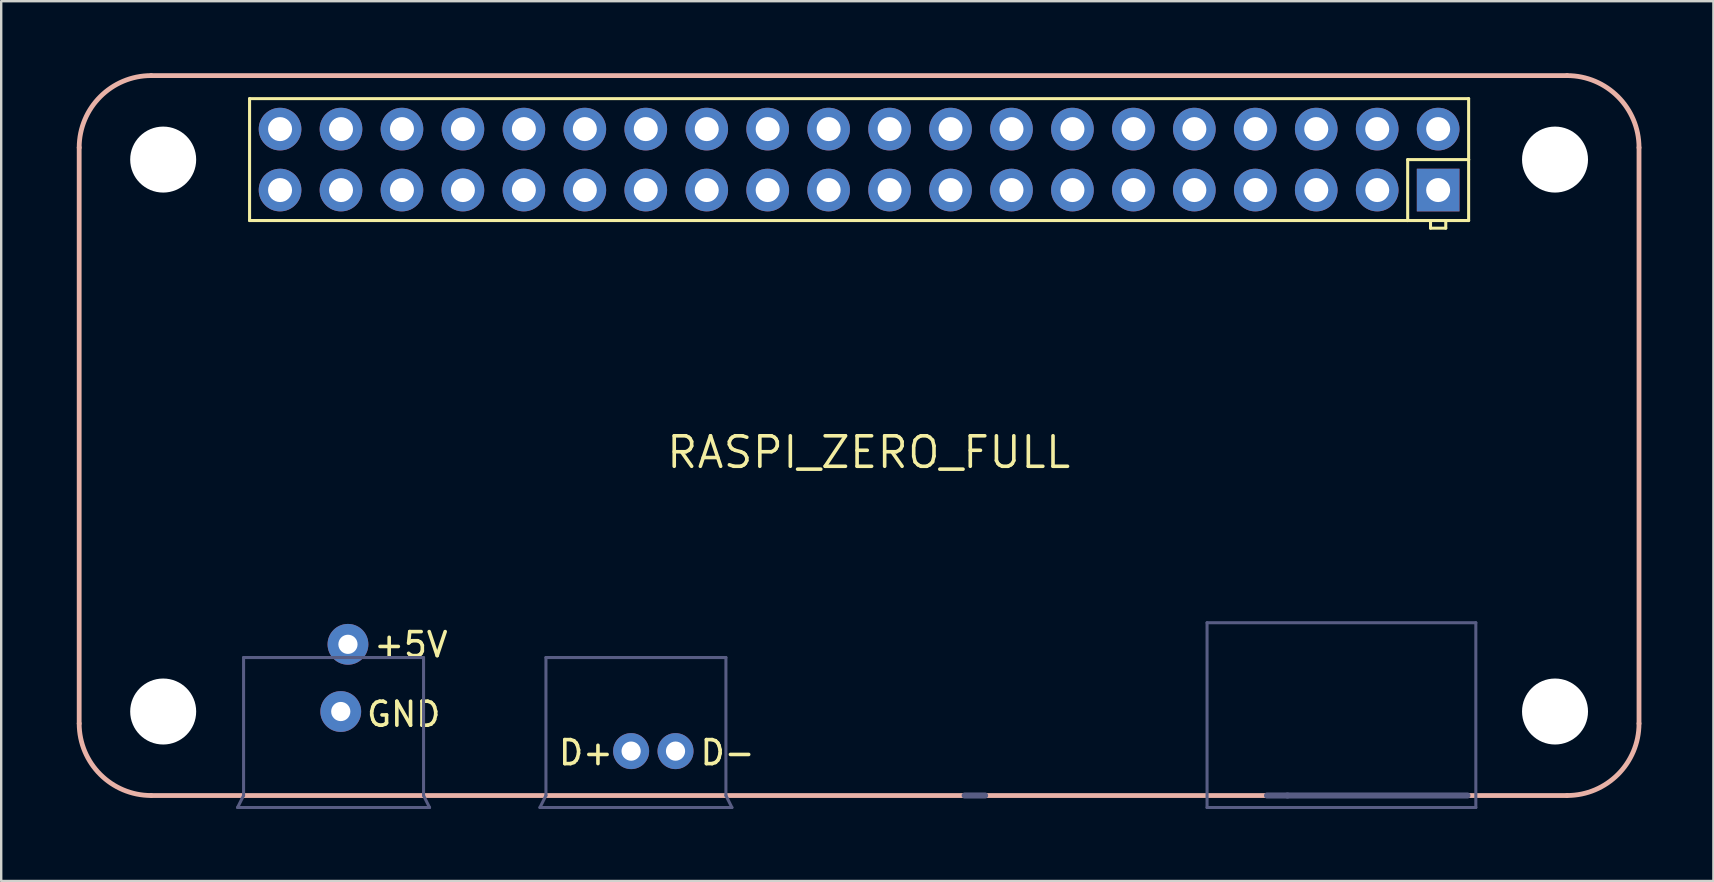
<source format=kicad_pcb>
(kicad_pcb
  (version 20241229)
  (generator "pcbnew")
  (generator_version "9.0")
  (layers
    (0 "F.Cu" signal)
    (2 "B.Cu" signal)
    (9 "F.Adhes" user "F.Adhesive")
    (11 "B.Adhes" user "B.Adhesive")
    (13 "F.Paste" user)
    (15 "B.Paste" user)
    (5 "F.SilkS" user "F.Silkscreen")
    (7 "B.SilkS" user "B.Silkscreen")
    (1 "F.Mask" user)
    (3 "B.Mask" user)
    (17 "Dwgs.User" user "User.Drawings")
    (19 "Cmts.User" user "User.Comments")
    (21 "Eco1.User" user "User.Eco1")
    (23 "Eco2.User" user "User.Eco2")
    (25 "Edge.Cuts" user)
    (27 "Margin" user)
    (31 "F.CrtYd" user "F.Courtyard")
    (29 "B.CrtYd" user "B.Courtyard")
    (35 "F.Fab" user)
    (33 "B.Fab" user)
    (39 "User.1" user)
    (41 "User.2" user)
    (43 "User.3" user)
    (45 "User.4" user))
  (footprint "RASPI_ZERO_FULL"
    (layer "F.Cu")
    (at 0.25 30.1)
    (property "Reference" "RASPI_ZERO_FULL" (at 32.9 -14.3 0) (unlocked yes) (layer "F.SilkS") (effects (font (size 1.27 1.27) (thickness 0.15))))
    (fp_poly (pts (xy 6.6 -26.5) (xy 6.581 -26.847) (xy 6.522 -27.19) (xy 6.426 -27.524) (xy 6.293 -27.845) (xy 6.125 -28.149) (xy 5.924 -28.433) (xy 5.692 -28.692) (xy 5.433 -28.924) (xy 5.149 -29.125) (xy 4.845 -29.293) (xy 4.524 -29.426) (xy 4.19 -29.522) (xy 3.847 -29.581) (xy 3.5 -29.6) (xy 3.153 -29.581) (xy 2.81 -29.522) (xy 2.476 -29.426) (xy 2.155 -29.293) (xy 1.851 -29.125) (xy 1.567 -28.924) (xy 1.308 -28.692) (xy 1.076 -28.433) (xy 0.875 -28.149) (xy 0.707 -27.845) (xy 0.574 -27.524) (xy 0.478 -27.19) (xy 0.419 -26.847) (xy 0.4 -26.5) (xy 0.419 -26.153) (xy 0.478 -25.81) (xy 0.574 -25.476) (xy 0.707 -25.155) (xy 0.875 -24.851) (xy 1.076 -24.567) (xy 1.308 -24.308) (xy 1.567 -24.076) (xy 1.851 -23.875) (xy 2.155 -23.707) (xy 2.476 -23.574) (xy 2.81 -23.478) (xy 3.153 -23.419) (xy 3.5 -23.4) (xy 3.847 -23.419) (xy 4.19 -23.478) (xy 4.524 -23.574) (xy 4.845 -23.707) (xy 5.149 -23.875) (xy 5.433 -24.076) (xy 5.692 -24.308) (xy 5.924 -24.567) (xy 6.125 -24.851) (xy 6.293 -25.155) (xy 6.426 -25.476) (xy 6.522 -25.81) (xy 6.581 -26.153)) (stroke (width 0) (type solid)) (fill yes) (layer "F.Mask"))
    (fp_poly (pts (xy 6.6 -3.5) (xy 6.581 -3.847) (xy 6.522 -4.19) (xy 6.426 -4.524) (xy 6.293 -4.845) (xy 6.125 -5.149) (xy 5.924 -5.433) (xy 5.692 -5.692) (xy 5.433 -5.924) (xy 5.149 -6.125) (xy 4.845 -6.293) (xy 4.524 -6.426) (xy 4.19 -6.522) (xy 3.847 -6.581) (xy 3.5 -6.6) (xy 3.153 -6.581) (xy 2.81 -6.522) (xy 2.476 -6.426) (xy 2.155 -6.293) (xy 1.851 -6.125) (xy 1.567 -5.924) (xy 1.308 -5.692) (xy 1.076 -5.433) (xy 0.875 -5.149) (xy 0.707 -4.845) (xy 0.574 -4.524) (xy 0.478 -4.19) (xy 0.419 -3.847) (xy 0.4 -3.5) (xy 0.419 -3.153) (xy 0.478 -2.81) (xy 0.574 -2.476) (xy 0.707 -2.155) (xy 0.875 -1.851) (xy 1.076 -1.567) (xy 1.308 -1.308) (xy 1.567 -1.076) (xy 1.851 -0.875) (xy 2.155 -0.707) (xy 2.476 -0.574) (xy 2.81 -0.478) (xy 3.153 -0.419) (xy 3.5 -0.4) (xy 3.847 -0.419) (xy 4.19 -0.478) (xy 4.524 -0.574) (xy 4.845 -0.707) (xy 5.149 -0.875) (xy 5.433 -1.076) (xy 5.692 -1.308) (xy 5.924 -1.567) (xy 6.125 -1.851) (xy 6.293 -2.155) (xy 6.426 -2.476) (xy 6.522 -2.81) (xy 6.581 -3.153)) (stroke (width 0) (type solid)) (fill yes) (layer "F.Mask"))
    (fp_poly (pts (xy 64.6 -26.5) (xy 64.581 -26.847) (xy 64.522 -27.19) (xy 64.426 -27.524) (xy 64.293 -27.845) (xy 64.125 -28.149) (xy 63.924 -28.433) (xy 63.692 -28.692) (xy 63.433 -28.924) (xy 63.149 -29.125) (xy 62.845 -29.293) (xy 62.524 -29.426) (xy 62.19 -29.522) (xy 61.847 -29.581) (xy 61.5 -29.6) (xy 61.153 -29.581) (xy 60.81 -29.522) (xy 60.476 -29.426) (xy 60.155 -29.293) (xy 59.851 -29.125) (xy 59.567 -28.924) (xy 59.308 -28.692) (xy 59.076 -28.433) (xy 58.875 -28.149) (xy 58.707 -27.845) (xy 58.574 -27.524) (xy 58.478 -27.19) (xy 58.419 -26.847) (xy 58.4 -26.5) (xy 58.419 -26.153) (xy 58.478 -25.81) (xy 58.574 -25.476) (xy 58.707 -25.155) (xy 58.875 -24.851) (xy 59.076 -24.567) (xy 59.308 -24.308) (xy 59.567 -24.076) (xy 59.851 -23.875) (xy 60.155 -23.707) (xy 60.476 -23.574) (xy 60.81 -23.478) (xy 61.153 -23.419) (xy 61.5 -23.4) (xy 61.847 -23.419) (xy 62.19 -23.478) (xy 62.524 -23.574) (xy 62.845 -23.707) (xy 63.149 -23.875) (xy 63.433 -24.076) (xy 63.692 -24.308) (xy 63.924 -24.567) (xy 64.125 -24.851) (xy 64.293 -25.155) (xy 64.426 -25.476) (xy 64.522 -25.81) (xy 64.581 -26.153)) (stroke (width 0) (type solid)) (fill yes) (layer "F.Mask"))
    (fp_poly (pts (xy 64.6 -3.5) (xy 64.581 -3.847) (xy 64.522 -4.19) (xy 64.426 -4.524) (xy 64.293 -4.845) (xy 64.125 -5.149) (xy 63.924 -5.433) (xy 63.692 -5.692) (xy 63.433 -5.924) (xy 63.149 -6.125) (xy 62.845 -6.293) (xy 62.524 -6.426) (xy 62.19 -6.522) (xy 61.847 -6.581) (xy 61.5 -6.6) (xy 61.153 -6.581) (xy 60.81 -6.522) (xy 60.476 -6.426) (xy 60.155 -6.293) (xy 59.851 -6.125) (xy 59.567 -5.924) (xy 59.308 -5.692) (xy 59.076 -5.433) (xy 58.875 -5.149) (xy 58.707 -4.845) (xy 58.574 -4.524) (xy 58.478 -4.19) (xy 58.419 -3.847) (xy 58.4 -3.5) (xy 58.419 -3.153) (xy 58.478 -2.81) (xy 58.574 -2.476) (xy 58.707 -2.155) (xy 58.875 -1.851) (xy 59.076 -1.567) (xy 59.308 -1.308) (xy 59.567 -1.076) (xy 59.851 -0.875) (xy 60.155 -0.707) (xy 60.476 -0.574) (xy 60.81 -0.478) (xy 61.153 -0.419) (xy 61.5 -0.4) (xy 61.847 -0.419) (xy 62.19 -0.478) (xy 62.524 -0.574) (xy 62.845 -0.707) (xy 63.149 -0.875) (xy 63.433 -1.076) (xy 63.692 -1.308) (xy 63.924 -1.567) (xy 64.125 -1.851) (xy 64.293 -2.155) (xy 64.426 -2.476) (xy 64.522 -2.81) (xy 64.581 -3.153)) (stroke (width 0) (type solid)) (fill yes) (layer "F.Mask"))
    (fp_poly (pts (xy 6.59 -26.5) (xy 6.57 -26.847) (xy 6.512 -27.19) (xy 6.416 -27.524) (xy 6.283 -27.845) (xy 6.115 -28.149) (xy 5.913 -28.433) (xy 5.682 -28.692) (xy 5.423 -28.924) (xy 5.139 -29.125) (xy 4.835 -29.293) (xy 4.514 -29.426) (xy 4.18 -29.522) (xy 3.837 -29.581) (xy 3.49 -29.6) (xy 3.143 -29.581) (xy 2.8 -29.522) (xy 2.466 -29.426) (xy 2.145 -29.293) (xy 1.841 -29.125) (xy 1.557 -28.924) (xy 1.298 -28.692) (xy 1.066 -28.433) (xy 0.865 -28.149) (xy 0.697 -27.845) (xy 0.564 -27.524) (xy 0.468 -27.19) (xy 0.409 -26.847) (xy 0.39 -26.5) (xy 0.409 -26.153) (xy 0.468 -25.81) (xy 0.564 -25.476) (xy 0.697 -25.155) (xy 0.865 -24.851) (xy 1.066 -24.567) (xy 1.298 -24.308) (xy 1.557 -24.076) (xy 1.841 -23.875) (xy 2.145 -23.707) (xy 2.466 -23.574) (xy 2.8 -23.478) (xy 3.143 -23.419) (xy 3.49 -23.4) (xy 3.837 -23.419) (xy 4.18 -23.478) (xy 4.514 -23.574) (xy 4.835 -23.707) (xy 5.139 -23.875) (xy 5.423 -24.076) (xy 5.682 -24.308) (xy 5.913 -24.567) (xy 6.115 -24.851) (xy 6.283 -25.155) (xy 6.416 -25.476) (xy 6.512 -25.81) (xy 6.57 -26.153)) (stroke (width 0) (type solid)) (fill yes) (layer "B.Mask"))
    (fp_poly (pts (xy 6.6 -3.5) (xy 6.581 -3.847) (xy 6.522 -4.19) (xy 6.426 -4.524) (xy 6.293 -4.845) (xy 6.125 -5.149) (xy 5.924 -5.433) (xy 5.692 -5.692) (xy 5.433 -5.924) (xy 5.149 -6.125) (xy 4.845 -6.293) (xy 4.524 -6.426) (xy 4.19 -6.522) (xy 3.847 -6.581) (xy 3.5 -6.6) (xy 3.153 -6.581) (xy 2.81 -6.522) (xy 2.476 -6.426) (xy 2.155 -6.293) (xy 1.851 -6.125) (xy 1.567 -5.924) (xy 1.308 -5.692) (xy 1.076 -5.433) (xy 0.875 -5.149) (xy 0.707 -4.845) (xy 0.574 -4.524) (xy 0.478 -4.19) (xy 0.419 -3.847) (xy 0.4 -3.5) (xy 0.419 -3.153) (xy 0.478 -2.81) (xy 0.574 -2.476) (xy 0.707 -2.155) (xy 0.875 -1.851) (xy 1.076 -1.567) (xy 1.308 -1.308) (xy 1.567 -1.076) (xy 1.851 -0.875) (xy 2.155 -0.707) (xy 2.476 -0.574) (xy 2.81 -0.478) (xy 3.153 -0.419) (xy 3.5 -0.4) (xy 3.847 -0.419) (xy 4.19 -0.478) (xy 4.524 -0.574) (xy 4.845 -0.707) (xy 5.149 -0.875) (xy 5.433 -1.076) (xy 5.692 -1.308) (xy 5.924 -1.567) (xy 6.125 -1.851) (xy 6.293 -2.155) (xy 6.426 -2.476) (xy 6.522 -2.81) (xy 6.581 -3.153)) (stroke (width 0) (type solid)) (fill yes) (layer "B.Mask"))
    (fp_poly (pts (xy 64.6 -26.5) (xy 64.581 -26.847) (xy 64.522 -27.19) (xy 64.426 -27.524) (xy 64.293 -27.845) (xy 64.125 -28.149) (xy 63.924 -28.433) (xy 63.692 -28.692) (xy 63.433 -28.924) (xy 63.149 -29.125) (xy 62.845 -29.293) (xy 62.524 -29.426) (xy 62.19 -29.522) (xy 61.847 -29.581) (xy 61.5 -29.6) (xy 61.153 -29.581) (xy 60.81 -29.522) (xy 60.476 -29.426) (xy 60.155 -29.293) (xy 59.851 -29.125) (xy 59.567 -28.924) (xy 59.308 -28.692) (xy 59.076 -28.433) (xy 58.875 -28.149) (xy 58.707 -27.845) (xy 58.574 -27.524) (xy 58.478 -27.19) (xy 58.419 -26.847) (xy 58.4 -26.5) (xy 58.419 -26.153) (xy 58.478 -25.81) (xy 58.574 -25.476) (xy 58.707 -25.155) (xy 58.875 -24.851) (xy 59.076 -24.567) (xy 59.308 -24.308) (xy 59.567 -24.076) (xy 59.851 -23.875) (xy 60.155 -23.707) (xy 60.476 -23.574) (xy 60.81 -23.478) (xy 61.153 -23.419) (xy 61.5 -23.4) (xy 61.847 -23.419) (xy 62.19 -23.478) (xy 62.524 -23.574) (xy 62.845 -23.707) (xy 63.149 -23.875) (xy 63.433 -24.076) (xy 63.692 -24.308) (xy 63.924 -24.567) (xy 64.125 -24.851) (xy 64.293 -25.155) (xy 64.426 -25.476) (xy 64.522 -25.81) (xy 64.581 -26.153)) (stroke (width 0) (type solid)) (fill yes) (layer "B.Mask"))
    (fp_poly (pts (xy 64.6 -3.5) (xy 64.581 -3.847) (xy 64.522 -4.19) (xy 64.426 -4.524) (xy 64.293 -4.845) (xy 64.125 -5.149) (xy 63.924 -5.433) (xy 63.692 -5.692) (xy 63.433 -5.924) (xy 63.149 -6.125) (xy 62.845 -6.293) (xy 62.524 -6.426) (xy 62.19 -6.522) (xy 61.847 -6.581) (xy 61.5 -6.6) (xy 61.153 -6.581) (xy 60.81 -6.522) (xy 60.476 -6.426) (xy 60.155 -6.293) (xy 59.851 -6.125) (xy 59.567 -5.924) (xy 59.308 -5.692) (xy 59.076 -5.433) (xy 58.875 -5.149) (xy 58.707 -4.845) (xy 58.574 -4.524) (xy 58.478 -4.19) (xy 58.419 -3.847) (xy 58.4 -3.5) (xy 58.419 -3.153) (xy 58.478 -2.81) (xy 58.574 -2.476) (xy 58.707 -2.155) (xy 58.875 -1.851) (xy 59.076 -1.567) (xy 59.308 -1.308) (xy 59.567 -1.076) (xy 59.851 -0.875) (xy 60.155 -0.707) (xy 60.476 -0.574) (xy 60.81 -0.478) (xy 61.153 -0.419) (xy 61.5 -0.4) (xy 61.847 -0.419) (xy 62.19 -0.478) (xy 62.524 -0.574) (xy 62.845 -0.707) (xy 63.149 -0.875) (xy 63.433 -1.076) (xy 63.692 -1.308) (xy 63.924 -1.567) (xy 64.125 -1.851) (xy 64.293 -2.155) (xy 64.426 -2.476) (xy 64.522 -2.81) (xy 64.581 -3.153)) (stroke (width 0) (type solid)) (fill yes) (layer "B.Mask"))
    (fp_line (start 7.1 -29.04) (end 57.9 -29.04) (stroke (width 0.127) (type solid)) (layer "F.SilkS"))
    (fp_line (start 7.1 -23.96) (end 7.1 -29.04) (stroke (width 0.127) (type solid)) (layer "F.SilkS"))
    (fp_line (start 55.36 -26.5) (end 55.36 -23.96) (stroke (width 0.127) (type solid)) (layer "F.SilkS"))
    (fp_line (start 55.36 -23.96) (end 7.1 -23.96) (stroke (width 0.127) (type solid)) (layer "F.SilkS"))
    (fp_line (start 56.312 -23.96) (end 55.36 -23.96) (stroke (width 0.127) (type solid)) (layer "F.SilkS"))
    (fp_line (start 56.312 -23.642) (end 56.312 -23.96) (stroke (width 0.127) (type solid)) (layer "F.SilkS"))
    (fp_line (start 56.947 -23.96) (end 56.312 -23.96) (stroke (width 0.127) (type solid)) (layer "F.SilkS"))
    (fp_line (start 56.947 -23.96) (end 56.947 -23.642) (stroke (width 0.127) (type solid)) (layer "F.SilkS"))
    (fp_line (start 56.947 -23.642) (end 56.312 -23.642) (stroke (width 0.127) (type solid)) (layer "F.SilkS"))
    (fp_line (start 57.9 -29.04) (end 57.9 -26.5) (stroke (width 0.127) (type solid)) (layer "F.SilkS"))
    (fp_line (start 57.9 -26.5) (end 55.36 -26.5) (stroke (width 0.127) (type solid)) (layer "F.SilkS"))
    (fp_line (start 57.9 -26.5) (end 57.9 -23.96) (stroke (width 0.127) (type solid)) (layer "F.SilkS"))
    (fp_line (start 57.9 -23.96) (end 56.947 -23.96) (stroke (width 0.127) (type solid)) (layer "F.SilkS"))
    (fp_line (start 0 -27) (end 0 -3) (stroke (width 0.2) (type solid)) (layer "B.SilkS"))
    (fp_line (start 3 0) (end 6.85 0) (stroke (width 0.2) (type solid)) (layer "B.SilkS"))
    (fp_line (start 6.85 0) (end 14.35 0) (stroke (width 0.2) (type solid)) (layer "B.SilkS"))
    (fp_line (start 14.35 0) (end 62 0) (stroke (width 0.2) (type solid)) (layer "B.SilkS"))
    (fp_line (start 62 -30) (end 3 -30) (stroke (width 0.2) (type solid)) (layer "B.SilkS"))
    (fp_line (start 65 -3) (end 65 -27) (stroke (width 0.2) (type solid)) (layer "B.SilkS"))
    (fp_arc (start 0 -27) (mid 0.87868 -29.12132) (end 3 -30) (stroke (width 0.2) (type solid)) (layer "B.SilkS"))
    (fp_arc (start 3 0) (mid 0.87868 -0.87868) (end 0 -3) (stroke (width 0.2) (type solid)) (layer "B.SilkS"))
    (fp_arc (start 62 -30) (mid 64.12132 -29.12132) (end 65 -27) (stroke (width 0.2) (type solid)) (layer "B.SilkS"))
    (fp_arc (start 65 -3) (mid 64.12132 -0.87868) (end 62 0) (stroke (width 0.2) (type solid)) (layer "B.SilkS"))
    (fp_line (start 6.6 0.5) (end 14.6 0.5) (stroke (width 0.127) (type solid)) (layer "B.Fab"))
    (fp_line (start 6.85 -5.75) (end 14.35 -5.75) (stroke (width 0.127) (type solid)) (layer "B.Fab"))
    (fp_line (start 6.85 0) (end 6.6 0.5) (stroke (width 0.127) (type solid)) (layer "B.Fab"))
    (fp_line (start 6.85 0) (end 6.85 -5.75) (stroke (width 0.127) (type solid)) (layer "B.Fab"))
    (fp_line (start 14.35 -5.75) (end 14.35 0) (stroke (width 0.127) (type solid)) (layer "B.Fab"))
    (fp_line (start 14.6 0.5) (end 14.35 0) (stroke (width 0.127) (type solid)) (layer "B.Fab"))
    (fp_line (start 19.2 0.5) (end 27.2 0.5) (stroke (width 0.127) (type solid)) (layer "B.Fab"))
    (fp_line (start 19.45 -5.75) (end 26.95 -5.75) (stroke (width 0.127) (type solid)) (layer "B.Fab"))
    (fp_line (start 19.45 0) (end 19.2 0.5) (stroke (width 0.127) (type solid)) (layer "B.Fab"))
    (fp_line (start 19.45 0) (end 19.45 -5.75) (stroke (width 0.127) (type solid)) (layer "B.Fab"))
    (fp_line (start 26.95 -5.75) (end 26.95 0) (stroke (width 0.127) (type solid)) (layer "B.Fab"))
    (fp_line (start 27.2 0.5) (end 26.95 0) (stroke (width 0.127) (type solid)) (layer "B.Fab"))
    (fp_line (start 36.9 0) (end 37.75 0) (stroke (width 0.254) (type solid)) (layer "B.Fab"))
    (fp_line (start 47 -7.2) (end 58.2 -7.2) (stroke (width 0.127) (type default)) (layer "B.Fab"))
    (fp_line (start 47 0.5) (end 47 -7.2) (stroke (width 0.127) (type default)) (layer "B.Fab"))
    (fp_line (start 47 0.5) (end 58.2 0.5) (stroke (width 0.127) (type default)) (layer "B.Fab"))
    (fp_line (start 49.5 0) (end 50.35 0) (stroke (width 0.254) (type solid)) (layer "B.Fab"))
    (fp_line (start 50.35 0) (end 57.85 0) (stroke (width 0.254) (type solid)) (layer "B.Fab"))
    (fp_line (start 58.2 0.5) (end 58.2 -7.2) (stroke (width 0.127) (type default)) (layer "B.Fab"))
    (fp_text user "+5V" (at 12.2 -5.7 0) (unlocked yes) (layer "F.SilkS") (effects (font (size 1 1) (thickness 0.15)) (justify left bottom)))
    (fp_text user "D+" (at 19.9 -1.2 0) (unlocked yes) (layer "F.SilkS") (effects (font (size 1 1) (thickness 0.15)) (justify left bottom)))
    (fp_text user "D-" (at 25.8 -1.2 0) (unlocked yes) (layer "F.SilkS") (effects (font (size 1 1) (thickness 0.15)) (justify left bottom)))
    (fp_text user "GND" (at 11.9 -2.8 0) (unlocked yes) (layer "F.SilkS") (effects (font (size 1 1) (thickness 0.15)) (justify left bottom)))
    (pad "" np_thru_hole circle (at 3.5 -26.5) (size 2.75 2.75) (drill 2.75) (layers "*.Cu" "*.Mask"))
    (pad "" np_thru_hole circle (at 3.5 -3.5) (size 2.75 2.75) (drill 2.75) (layers "*.Cu" "*.Mask"))
    (pad "" np_thru_hole circle (at 61.5 -26.5) (size 2.75 2.75) (drill 2.75) (layers "*.Cu" "*.Mask"))
    (pad "" np_thru_hole circle (at 61.5 -3.5) (size 2.75 2.75) (drill 2.75) (layers "*.Cu" "*.Mask"))
    (pad "1" thru_hole rect (at 56.63 -25.23) (size 1.778 1.778) (drill 1) (layers "*.Cu" "*.Mask"))
    (pad "2" thru_hole circle (at 56.63 -27.77) (size 1.778 1.778) (drill 1) (layers "*.Cu" "*.Mask"))
    (pad "3" thru_hole circle (at 54.09 -25.23) (size 1.778 1.778) (drill 1) (layers "*.Cu" "*.Mask"))
    (pad "4" thru_hole circle (at 54.09 -27.77) (size 1.778 1.778) (drill 1) (layers "*.Cu" "*.Mask"))
    (pad "5" thru_hole circle (at 51.55 -25.23) (size 1.778 1.778) (drill 1) (layers "*.Cu" "*.Mask"))
    (pad "6" thru_hole circle (at 51.55 -27.77) (size 1.778 1.778) (drill 1) (layers "*.Cu" "*.Mask"))
    (pad "7" thru_hole circle (at 49.01 -25.23) (size 1.778 1.778) (drill 1) (layers "*.Cu" "*.Mask"))
    (pad "8" thru_hole circle (at 49.01 -27.77) (size 1.778 1.778) (drill 1) (layers "*.Cu" "*.Mask"))
    (pad "9" thru_hole circle (at 46.47 -25.23) (size 1.778 1.778) (drill 1) (layers "*.Cu" "*.Mask"))
    (pad "10" thru_hole circle (at 46.47 -27.77) (size 1.778 1.778) (drill 1) (layers "*.Cu" "*.Mask"))
    (pad "11" thru_hole circle (at 43.93 -25.23) (size 1.778 1.778) (drill 1) (layers "*.Cu" "*.Mask"))
    (pad "12" thru_hole circle (at 43.93 -27.77) (size 1.778 1.778) (drill 1) (layers "*.Cu" "*.Mask"))
    (pad "13" thru_hole circle (at 41.39 -25.23) (size 1.778 1.778) (drill 1) (layers "*.Cu" "*.Mask"))
    (pad "14" thru_hole circle (at 41.39 -27.77) (size 1.778 1.778) (drill 1) (layers "*.Cu" "*.Mask"))
    (pad "15" thru_hole circle (at 38.85 -25.23) (size 1.778 1.778) (drill 1) (layers "*.Cu" "*.Mask"))
    (pad "16" thru_hole circle (at 38.85 -27.77) (size 1.778 1.778) (drill 1) (layers "*.Cu" "*.Mask"))
    (pad "17" thru_hole circle (at 36.31 -25.23) (size 1.778 1.778) (drill 1) (layers "*.Cu" "*.Mask"))
    (pad "18" thru_hole circle (at 36.31 -27.77) (size 1.778 1.778) (drill 1) (layers "*.Cu" "*.Mask"))
    (pad "19" thru_hole circle (at 33.77 -25.23) (size 1.778 1.778) (drill 1) (layers "*.Cu" "*.Mask"))
    (pad "20" thru_hole circle (at 33.77 -27.77) (size 1.778 1.778) (drill 1) (layers "*.Cu" "*.Mask"))
    (pad "21" thru_hole circle (at 31.23 -25.23) (size 1.778 1.778) (drill 1) (layers "*.Cu" "*.Mask"))
    (pad "22" thru_hole circle (at 31.23 -27.77) (size 1.778 1.778) (drill 1) (layers "*.Cu" "*.Mask"))
    (pad "23" thru_hole circle (at 28.69 -25.23) (size 1.778 1.778) (drill 1) (layers "*.Cu" "*.Mask"))
    (pad "24" thru_hole circle (at 28.69 -27.77) (size 1.778 1.778) (drill 1) (layers "*.Cu" "*.Mask"))
    (pad "25" thru_hole circle (at 26.15 -25.23) (size 1.778 1.778) (drill 1) (layers "*.Cu" "*.Mask"))
    (pad "26" thru_hole circle (at 26.15 -27.77) (size 1.778 1.778) (drill 1) (layers "*.Cu" "*.Mask"))
    (pad "27" thru_hole circle (at 23.61 -25.23) (size 1.778 1.778) (drill 1) (layers "*.Cu" "*.Mask"))
    (pad "28" thru_hole circle (at 23.61 -27.77) (size 1.778 1.778) (drill 1) (layers "*.Cu" "*.Mask"))
    (pad "29" thru_hole circle (at 21.07 -25.23) (size 1.778 1.778) (drill 1) (layers "*.Cu" "*.Mask"))
    (pad "30" thru_hole circle (at 21.07 -27.77) (size 1.778 1.778) (drill 1) (layers "*.Cu" "*.Mask"))
    (pad "31" thru_hole circle (at 18.53 -25.23) (size 1.778 1.778) (drill 1) (layers "*.Cu" "*.Mask"))
    (pad "32" thru_hole circle (at 18.53 -27.77) (size 1.778 1.778) (drill 1) (layers "*.Cu" "*.Mask"))
    (pad "33" thru_hole circle (at 15.99 -25.23) (size 1.778 1.778) (drill 1) (layers "*.Cu" "*.Mask"))
    (pad "34" thru_hole circle (at 15.99 -27.77) (size 1.778 1.778) (drill 1) (layers "*.Cu" "*.Mask"))
    (pad "35" thru_hole circle (at 13.45 -25.23) (size 1.778 1.778) (drill 1) (layers "*.Cu" "*.Mask"))
    (pad "36" thru_hole circle (at 13.45 -27.77) (size 1.778 1.778) (drill 1) (layers "*.Cu" "*.Mask"))
    (pad "37" thru_hole circle (at 10.91 -25.23) (size 1.778 1.778) (drill 1) (layers "*.Cu" "*.Mask"))
    (pad "38" thru_hole circle (at 10.91 -27.77) (size 1.778 1.778) (drill 1) (layers "*.Cu" "*.Mask"))
    (pad "39" thru_hole circle (at 8.37 -25.23) (size 1.778 1.778) (drill 1) (layers "*.Cu" "*.Mask"))
    (pad "40" thru_hole circle (at 8.37 -27.77) (size 1.778 1.778) (drill 1) (layers "*.Cu" "*.Mask"))
    (pad "PP1" thru_hole circle (at 11.2 -6.3) (size 1.7 1.7) (drill 0.8) (layers "*.Cu" "*.Mask"))
    (pad "PP6" thru_hole circle (at 10.9 -3.5) (size 1.7 1.7) (drill 0.8) (layers "*.Cu" "*.Mask"))
    (pad "PP22" thru_hole circle (at 23 -1.85) (size 1.5 1.5) (drill 0.8) (layers "*.Cu" "*.Mask"))
    (pad "PP23" thru_hole circle (at 24.85 -1.85) (size 1.5 1.5) (drill 0.8) (layers "*.Cu" "*.Mask"))
    (zone (net_name "") (layers "F.Cu" "F.Mask" "B.Cu" "B.Mask" "B.Fab") (hatch edge 0.5) (connect_pads) (min_thickness 0.25) (filled_areas_thickness no) (keepout (tracks not_allowed) (vias not_allowed) (pads not_allowed) (copperpour not_allowed) (footprints not_allowed)) (placement (enabled no)) (fill) (polygon (pts (xy 6.843 3.594) (xy 6.824 3.247) (xy 6.765 2.904) (xy 6.669 2.57) (xy 6.536 2.249) (xy 6.368 1.945) (xy 6.167 1.661) (xy 5.935 1.402) (xy 5.676 1.17) (xy 5.392 0.969) (xy 5.088 0.801) (xy 4.767 0.668) (xy 4.433 0.572) (xy 4.09 0.513) (xy 3.743 0.494) (xy 3.396 0.513) (xy 3.053 0.572) (xy 2.719 0.668) (xy 2.398 0.801) (xy 2.094 0.969) (xy 1.81 1.17) (xy 1.551 1.402) (xy 1.319 1.661) (xy 1.118 1.945) (xy 0.95 2.249) (xy 0.817 2.57) (xy 0.721 2.904) (xy 0.662 3.247) (xy 0.643 3.594) (xy 0.662 3.941) (xy 0.721 4.284) (xy 0.817 4.618) (xy 0.95 4.939) (xy 1.118 5.243) (xy 1.319 5.527) (xy 1.551 5.786) (xy 1.81 6.018) (xy 2.094 6.219) (xy 2.398 6.387) (xy 2.719 6.52) (xy 3.053 6.616) (xy 3.396 6.674) (xy 3.743 6.694) (xy 4.09 6.674) (xy 4.433 6.616) (xy 4.767 6.52) (xy 5.088 6.387) (xy 5.392 6.219) (xy 5.676 6.018) (xy 5.935 5.786) (xy 6.167 5.527) (xy 6.368 5.243) (xy 6.536 4.939) (xy 6.669 4.618) (xy 6.765 4.284) (xy 6.824 3.941))))
    (zone (net_name "") (layers "F.Cu" "F.Mask" "B.Cu" "B.Mask" "B.Fab") (hatch edge 0.5) (connect_pads) (min_thickness 0.25) (filled_areas_thickness no) (keepout (tracks not_allowed) (vias not_allowed) (pads not_allowed) (copperpour not_allowed) (footprints not_allowed)) (placement (enabled no)) (fill) (polygon (pts (xy 6.85 26.6) (xy 6.831 26.253) (xy 6.772 25.91) (xy 6.676 25.576) (xy 6.543 25.255) (xy 6.375 24.951) (xy 6.174 24.667) (xy 5.942 24.408) (xy 5.683 24.176) (xy 5.399 23.975) (xy 5.095 23.807) (xy 4.774 23.674) (xy 4.44 23.578) (xy 4.097 23.519) (xy 3.75 23.5) (xy 3.403 23.519) (xy 3.06 23.578) (xy 2.726 23.674) (xy 2.405 23.807) (xy 2.101 23.975) (xy 1.817 24.176) (xy 1.558 24.408) (xy 1.326 24.667) (xy 1.125 24.951) (xy 0.957 25.255) (xy 0.824 25.576) (xy 0.728 25.91) (xy 0.669 26.253) (xy 0.65 26.6) (xy 0.669 26.947) (xy 0.728 27.29) (xy 0.824 27.624) (xy 0.957 27.945) (xy 1.125 28.249) (xy 1.326 28.533) (xy 1.558 28.792) (xy 1.817 29.024) (xy 2.101 29.225) (xy 2.405 29.393) (xy 2.726 29.526) (xy 3.06 29.622) (xy 3.403 29.681) (xy 3.75 29.7) (xy 4.097 29.681) (xy 4.44 29.622) (xy 4.774 29.526) (xy 5.095 29.393) (xy 5.399 29.225) (xy 5.683 29.024) (xy 5.942 28.792) (xy 6.174 28.533) (xy 6.375 28.249) (xy 6.543 27.945) (xy 6.676 27.624) (xy 6.772 27.29) (xy 6.831 26.947))))
    (zone (net_name "") (layers "F.Cu" "F.Mask" "B.Cu" "B.Mask" "B.Fab") (hatch edge 0.5) (connect_pads) (min_thickness 0.25) (filled_areas_thickness no) (keepout (tracks not_allowed) (vias not_allowed) (pads not_allowed) (copperpour not_allowed) (footprints not_allowed)) (placement (enabled no)) (fill) (polygon (pts (xy 64.85 3.6) (xy 64.831 3.253) (xy 64.772 2.91) (xy 64.676 2.576) (xy 64.543 2.255) (xy 64.375 1.951) (xy 64.174 1.667) (xy 63.942 1.408) (xy 63.683 1.176) (xy 63.399 0.975) (xy 63.095 0.807) (xy 62.774 0.674) (xy 62.44 0.578) (xy 62.097 0.519) (xy 61.75 0.5) (xy 61.403 0.519) (xy 61.06 0.578) (xy 60.726 0.674) (xy 60.405 0.807) (xy 60.101 0.975) (xy 59.817 1.176) (xy 59.558 1.408) (xy 59.326 1.667) (xy 59.125 1.951) (xy 58.957 2.255) (xy 58.824 2.576) (xy 58.728 2.91) (xy 58.669 3.253) (xy 58.65 3.6) (xy 58.669 3.947) (xy 58.728 4.29) (xy 58.824 4.624) (xy 58.957 4.945) (xy 59.125 5.249) (xy 59.326 5.533) (xy 59.558 5.792) (xy 59.817 6.024) (xy 60.101 6.225) (xy 60.405 6.393) (xy 60.726 6.526) (xy 61.06 6.622) (xy 61.403 6.681) (xy 61.75 6.7) (xy 62.097 6.681) (xy 62.44 6.622) (xy 62.774 6.526) (xy 63.095 6.393) (xy 63.399 6.225) (xy 63.683 6.024) (xy 63.942 5.792) (xy 64.174 5.533) (xy 64.375 5.249) (xy 64.543 4.945) (xy 64.676 4.624) (xy 64.772 4.29) (xy 64.831 3.947))))
    (zone (net_name "") (layers "F.Cu" "F.Mask" "B.Cu" "B.Mask" "B.Fab") (hatch edge 0.5) (connect_pads) (min_thickness 0.25) (filled_areas_thickness no) (keepout (tracks not_allowed) (vias not_allowed) (pads not_allowed) (copperpour not_allowed) (footprints not_allowed)) (placement (enabled no)) (fill) (polygon (pts (xy 64.85 26.6) (xy 64.831 26.253) (xy 64.772 25.91) (xy 64.676 25.576) (xy 64.543 25.255) (xy 64.375 24.951) (xy 64.174 24.667) (xy 63.942 24.408) (xy 63.683 24.176) (xy 63.399 23.975) (xy 63.095 23.807) (xy 62.774 23.674) (xy 62.44 23.578) (xy 62.097 23.519) (xy 61.75 23.5) (xy 61.403 23.519) (xy 61.06 23.578) (xy 60.726 23.674) (xy 60.405 23.807) (xy 60.101 23.975) (xy 59.817 24.176) (xy 59.558 24.408) (xy 59.326 24.667) (xy 59.125 24.951) (xy 58.957 25.255) (xy 58.824 25.576) (xy 58.728 25.91) (xy 58.669 26.253) (xy 58.65 26.6) (xy 58.669 26.947) (xy 58.728 27.29) (xy 58.824 27.624) (xy 58.957 27.945) (xy 59.125 28.249) (xy 59.326 28.533) (xy 59.558 28.792) (xy 59.817 29.024) (xy 60.101 29.225) (xy 60.405 29.393) (xy 60.726 29.526) (xy 61.06 29.622) (xy 61.403 29.681) (xy 61.75 29.7) (xy 62.097 29.681) (xy 62.44 29.622) (xy 62.774 29.526) (xy 63.095 29.393) (xy 63.399 29.225) (xy 63.683 29.024) (xy 63.942 28.792) (xy 64.174 28.533) (xy 64.375 28.249) (xy 64.543 27.945) (xy 64.676 27.624) (xy 64.772 27.29) (xy 64.831 26.947)))))
  (gr_rect
    (start -3 -3)
    (end 68.35 33.663)
    (stroke (width 0.1) (type default))
    (fill no)
    (layer "Edge.Cuts")))
</source>
